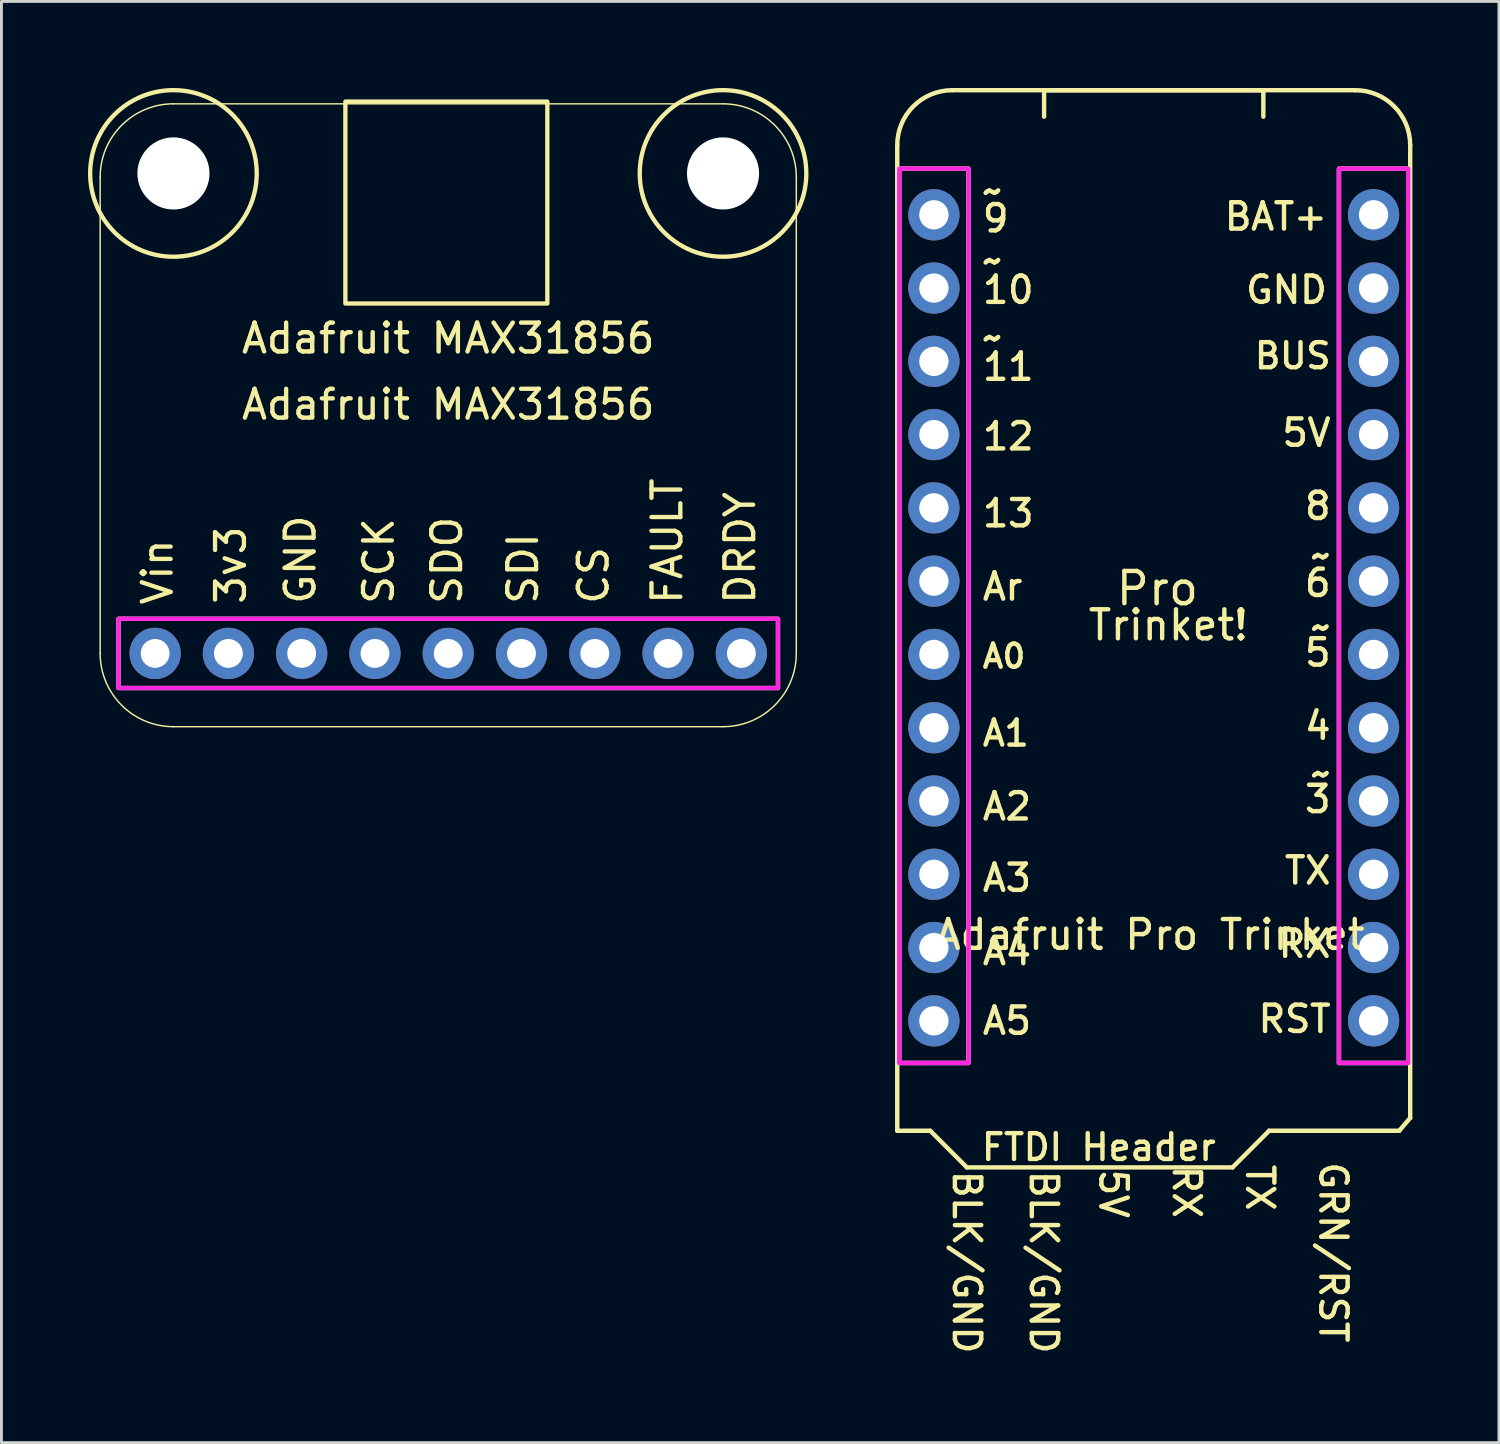
<source format=kicad_pcb>
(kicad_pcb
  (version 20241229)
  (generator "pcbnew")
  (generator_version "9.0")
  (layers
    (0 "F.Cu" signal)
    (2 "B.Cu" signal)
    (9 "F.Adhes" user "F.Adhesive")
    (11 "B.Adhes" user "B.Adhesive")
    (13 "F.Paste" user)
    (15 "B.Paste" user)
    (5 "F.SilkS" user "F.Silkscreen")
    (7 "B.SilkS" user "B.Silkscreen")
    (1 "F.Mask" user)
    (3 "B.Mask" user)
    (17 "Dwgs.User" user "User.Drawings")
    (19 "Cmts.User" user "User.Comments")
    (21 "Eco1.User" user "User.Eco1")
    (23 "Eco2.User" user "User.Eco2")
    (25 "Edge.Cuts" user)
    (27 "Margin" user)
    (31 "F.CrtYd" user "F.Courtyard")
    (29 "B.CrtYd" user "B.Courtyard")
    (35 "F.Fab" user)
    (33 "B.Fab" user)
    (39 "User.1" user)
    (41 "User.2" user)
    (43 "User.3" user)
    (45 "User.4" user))
  (footprint "Adafruit Pro Trinket"
    (layer "F.Cu")
    (at 36.941 39.51)
    (property "Reference" "Adafruit Pro Trinket" (at -0.127 -10.16 0) (unlocked yes) (layer "F.SilkS") (effects (font (size 1 1) (thickness 0.153))))
    (attr through_hole)
    (fp_line (start -8.89 -37.529) (end -8.89 -3.365) (stroke (width 0.153) (type solid)) (layer "F.SilkS"))
    (fp_line (start -8.89 -3.365) (end -7.747 -3.365) (stroke (width 0.153) (type solid)) (layer "F.SilkS"))
    (fp_line (start -7.747 -3.365) (end -6.477 -2.095) (stroke (width 0.153) (type solid)) (layer "F.SilkS"))
    (fp_line (start -6.477 -2.095) (end 2.731 -2.095) (stroke (width 0.153) (type solid)) (layer "F.SilkS"))
    (fp_line (start -3.8 -39.416) (end -3.8 -38.516) (stroke (width 0.153) (type solid)) (layer "F.SilkS"))
    (fp_line (start 2.731 -2.095) (end 4 -3.365) (stroke (width 0.153) (type solid)) (layer "F.SilkS"))
    (fp_line (start 3.8 -39.416) (end -3.8 -39.416) (stroke (width 0.127) (type solid)) (layer "F.SilkS"))
    (fp_line (start 3.8 -38.516) (end 3.8 -39.416) (stroke (width 0.153) (type solid)) (layer "F.SilkS"))
    (fp_line (start 4 -3.365) (end 8.509 -3.365) (stroke (width 0.153) (type solid)) (layer "F.SilkS"))
    (fp_line (start 6.985 -39.434) (end -6.985 -39.434) (stroke (width 0.153) (type solid)) (layer "F.SilkS"))
    (fp_line (start 8.509 -3.365) (end 8.89 -3.81) (stroke (width 0.153) (type solid)) (layer "F.SilkS"))
    (fp_line (start 8.89 -3.81) (end 8.89 -37.529) (stroke (width 0.153) (type solid)) (layer "F.SilkS"))
    (fp_rect (start -8.82 -36.715) (end -6.42 -5.715) (stroke (width 0.153) (type default)) (fill no) (layer "F.SilkS"))
    (fp_rect (start 6.42 -36.715) (end 8.82 -5.715) (stroke (width 0.153) (type default)) (fill no) (layer "F.SilkS"))
    (fp_arc (start -8.89 -37.5285) (mid -8.332039 -38.875539) (end -6.985 -39.4335) (stroke (width 0.153) (type solid)) (layer "F.SilkS"))
    (fp_arc (start 6.985 -39.4335) (mid 8.332039 -38.875539) (end 8.89 -37.5285) (stroke (width 0.153) (type solid)) (layer "F.SilkS"))
    (fp_rect (start -8.82 -36.715) (end -6.42 -5.715) (stroke (width 0.153) (type default)) (fill no) (layer "F.CrtYd"))
    (fp_rect (start 6.42 -36.715) (end 8.82 -5.715) (stroke (width 0.153) (type default)) (fill no) (layer "F.CrtYd"))
    (fp_text user "BLK/GND" (at -3.81 4.445 270) (unlocked yes) (layer "F.SilkS") (effects (font (size 0.914 0.914) (thickness 0.153) (bold yes)) (justify right)))
    (fp_text user "5V" (at 6.223 -27.559 0) (unlocked yes) (layer "F.SilkS") (effects (font (size 0.914 0.914) (thickness 0.153)) (justify right)))
    (fp_text user "12" (at -6.014 -27.432 0) (unlocked yes) (layer "F.SilkS") (effects (font (size 0.914 0.914) (thickness 0.153)) (justify left)))
    (fp_text user "6" (at 6.223 -22.352 0) (unlocked yes) (layer "F.SilkS") (effects (font (size 0.914 0.914) (thickness 0.153) (bold yes)) (justify right)))
    (fp_text user "~" (at 5.797 -15.748 0) (unlocked yes) (layer "F.SilkS") (effects (font (size 0.914 0.914) (thickness 0.153))))
    (fp_text user "~" (at -5.588 -30.861 0) (unlocked yes) (layer "F.SilkS") (effects (font (size 0.914 0.914) (thickness 0.153))))
    (fp_text user "GND" (at 6.096 -32.512 0) (unlocked yes) (layer "F.SilkS") (effects (font (size 0.914 0.914) (thickness 0.153)) (justify right)))
    (fp_text user "10" (at -6.014 -32.512 0) (unlocked yes) (layer "F.SilkS") (effects (font (size 0.914 0.914) (thickness 0.153)) (justify left)))
    (fp_text user "A5" (at -6.014 -7.176 0) (unlocked yes) (layer "F.SilkS") (effects (font (size 0.914 0.914) (thickness 0.153) (bold yes)) (justify left)))
    (fp_text user "RX" (at 6.223 -9.842 0) (unlocked yes) (layer "F.SilkS") (effects (font (size 0.914 0.914) (thickness 0.153) (bold yes)) (justify right)))
    (fp_text user "11" (at -6.014 -29.845 0) (unlocked yes) (layer "F.SilkS") (effects (font (size 0.914 0.914) (thickness 0.153)) (justify left)))
    (fp_text user "3" (at 6.223 -14.859 0) (unlocked yes) (layer "F.SilkS") (effects (font (size 0.914 0.914) (thickness 0.153) (bold yes)) (justify right)))
    (fp_text user "9" (at -6.014 -34.989 0) (unlocked yes) (layer "F.SilkS") (effects (font (size 0.914 0.914) (thickness 0.153)) (justify left)))
    (fp_text user "A3" (at -6.014 -12.129 0) (unlocked yes) (layer "F.SilkS") (effects (font (size 0.914 0.914) (thickness 0.153) (bold yes)) (justify left)))
    (fp_text user "Trinket!" (at 0.508 -20.892 0) (unlocked yes) (layer "F.SilkS") (effects (font (size 1.006 1.006) (thickness 0.153))))
    (fp_text user "8" (at 6.223 -25.019 0) (unlocked yes) (layer "F.SilkS") (effects (font (size 0.914 0.914) (thickness 0.153) (bold yes)) (justify right)))
    (fp_text user "BLK/GND" (at -6.477 4.445 270) (unlocked yes) (layer "F.SilkS") (effects (font (size 0.914 0.914) (thickness 0.153) (bold yes)) (justify right)))
    (fp_text user "GRN/RST" (at 6.223 4.064 270) (unlocked yes) (layer "F.SilkS") (effects (font (size 0.914 0.914) (thickness 0.153) (bold yes)) (justify right)))
    (fp_text user "~" (at -5.588 -33.528 0) (unlocked yes) (layer "F.SilkS") (effects (font (size 0.914 0.914) (thickness 0.153))))
    (fp_text user "FTDI Header" (at -1.905 -2.794 0) (unlocked yes) (layer "F.SilkS") (effects (font (size 0.894 0.894) (thickness 0.153) (bold yes))))
    (fp_text user "BAT+" (at 6.096 -35.052 0) (unlocked yes) (layer "F.SilkS") (effects (font (size 0.914 0.914) (thickness 0.153)) (justify right)))
    (fp_text user "~" (at -5.588 -35.941 0) (unlocked yes) (layer "F.SilkS") (effects (font (size 0.914 0.914) (thickness 0.153))))
    (fp_text user "A4" (at -6.014 -9.588 0) (unlocked yes) (layer "F.SilkS") (effects (font (size 0.914 0.914) (thickness 0.153) (bold yes)) (justify left)))
    (fp_text user "5V" (at -1.397 -0.254 270) (unlocked yes) (layer "F.SilkS") (effects (font (size 0.914 0.914) (thickness 0.153) (bold yes)) (justify right)))
    (fp_text user "TX" (at 3.683 -0.508 270) (unlocked yes) (layer "F.SilkS") (effects (font (size 0.914 0.914) (thickness 0.153) (bold yes)) (justify right)))
    (fp_text user "13" (at -6.014 -24.765 0) (unlocked yes) (layer "F.SilkS") (effects (font (size 0.914 0.914) (thickness 0.153)) (justify left)))
    (fp_text user "RST" (at 6.223 -7.239 0) (unlocked yes) (layer "F.SilkS") (effects (font (size 0.914 0.914) (thickness 0.153) (bold yes)) (justify right)))
    (fp_text user "4" (at 6.223 -17.399 0) (unlocked yes) (layer "F.SilkS") (effects (font (size 0.914 0.914) (thickness 0.153) (bold yes)) (justify right)))
    (fp_text user "TX" (at 6.223 -12.383 0) (unlocked yes) (layer "F.SilkS") (effects (font (size 0.914 0.914) (thickness 0.153) (bold yes)) (justify right)))
    (fp_text user "~" (at 5.797 -20.828 0) (unlocked yes) (layer "F.SilkS") (effects (font (size 0.914 0.914) (thickness 0.153))))
    (fp_text user "A0" (at -6.014 -19.812 0) (unlocked yes) (layer "F.SilkS") (effects (font (size 0.8 0.8) (thickness 0.153)) (justify left)))
    (fp_text user "A1" (at -6.014 -17.145 0) (unlocked yes) (layer "F.SilkS") (effects (font (size 0.869 0.869) (thickness 0.153)) (justify left)))
    (fp_text user "Ar" (at -6.014 -22.225 0) (unlocked yes) (layer "F.SilkS") (effects (font (size 0.914 0.914) (thickness 0.153)) (justify left)))
    (fp_text user "5" (at 6.223 -19.939 0) (unlocked yes) (layer "F.SilkS") (effects (font (size 0.914 0.914) (thickness 0.153) (bold yes)) (justify right)))
    (fp_text user "A2" (at -6.014 -14.605 0) (unlocked yes) (layer "F.SilkS") (effects (font (size 0.914 0.914) (thickness 0.153)) (justify left)))
    (fp_text user "RX" (at 1.143 -0.254 270) (unlocked yes) (layer "F.SilkS") (effects (font (size 0.914 0.914) (thickness 0.153) (bold yes)) (justify right)))
    (fp_text user "Pro" (at 0.127 -22.162 0) (unlocked yes) (layer "F.SilkS") (effects (font (size 1.118 1.118) (thickness 0.153))))
    (fp_text user "BUS" (at 6.223 -30.226 0) (unlocked yes) (layer "F.SilkS") (effects (font (size 0.869 0.869) (thickness 0.153)) (justify right)))
    (fp_text user "~" (at 5.797 -23.305 0) (unlocked yes) (layer "F.SilkS") (effects (font (size 0.914 0.914) (thickness 0.153))))
    (pad "1" thru_hole circle (at -7.62 -35.115) (size 1.778 1.778) (drill 1.016) (layers "*.Cu" "*.Mask"))
    (pad "2" thru_hole circle (at -7.62 -32.575) (size 1.778 1.778) (drill 1.016) (layers "*.Cu" "*.Mask"))
    (pad "3" thru_hole circle (at -7.62 -30.035) (size 1.778 1.778) (drill 1.016) (layers "*.Cu" "*.Mask"))
    (pad "4" thru_hole circle (at -7.62 -27.495) (size 1.778 1.778) (drill 1.016) (layers "*.Cu" "*.Mask"))
    (pad "5" thru_hole circle (at -7.62 -24.956) (size 1.778 1.778) (drill 1.016) (layers "*.Cu" "*.Mask"))
    (pad "6" thru_hole circle (at -7.62 -22.416) (size 1.778 1.778) (drill 1.016) (layers "*.Cu" "*.Mask"))
    (pad "7" thru_hole circle (at -7.62 -19.875) (size 1.778 1.778) (drill 1.016) (layers "*.Cu" "*.Mask"))
    (pad "8" thru_hole circle (at -7.62 -17.335) (size 1.778 1.778) (drill 1.016) (layers "*.Cu" "*.Mask"))
    (pad "9" thru_hole circle (at -7.62 -14.796) (size 1.778 1.778) (drill 1.016) (layers "*.Cu" "*.Mask"))
    (pad "10" thru_hole circle (at -7.62 -12.255) (size 1.778 1.778) (drill 1.016) (layers "*.Cu" "*.Mask"))
    (pad "11" thru_hole circle (at -7.62 -9.716) (size 1.778 1.778) (drill 1.016) (layers "*.Cu" "*.Mask"))
    (pad "12" thru_hole circle (at -7.62 -7.176) (size 1.778 1.778) (drill 1.016) (layers "*.Cu" "*.Mask"))
    (pad "13" thru_hole circle (at 7.62 -35.115) (size 1.778 1.778) (drill 1.016) (layers "*.Cu" "*.Mask"))
    (pad "14" thru_hole circle (at 7.62 -32.575) (size 1.778 1.778) (drill 1.016) (layers "*.Cu" "*.Mask"))
    (pad "15" thru_hole circle (at 7.62 -30.035) (size 1.778 1.778) (drill 1.016) (layers "*.Cu" "*.Mask"))
    (pad "16" thru_hole circle (at 7.62 -27.495) (size 1.778 1.778) (drill 1.016) (layers "*.Cu" "*.Mask"))
    (pad "17" thru_hole circle (at 7.62 -24.956) (size 1.778 1.778) (drill 1.016) (layers "*.Cu" "*.Mask"))
    (pad "18" thru_hole circle (at 7.62 -22.416) (size 1.778 1.778) (drill 1.016) (layers "*.Cu" "*.Mask"))
    (pad "19" thru_hole circle (at 7.62 -19.875) (size 1.778 1.778) (drill 1.016) (layers "*.Cu" "*.Mask"))
    (pad "20" thru_hole circle (at 7.62 -17.335) (size 1.778 1.778) (drill 1.016) (layers "*.Cu" "*.Mask"))
    (pad "21" thru_hole circle (at 7.62 -14.796) (size 1.778 1.778) (drill 1.016) (layers "*.Cu" "*.Mask"))
    (pad "22" thru_hole circle (at 7.62 -12.255) (size 1.778 1.778) (drill 1.016) (layers "*.Cu" "*.Mask"))
    (pad "23" thru_hole circle (at 7.62 -9.716) (size 1.778 1.778) (drill 1.016) (layers "*.Cu" "*.Mask"))
    (pad "24" thru_hole circle (at 7.62 -7.176) (size 1.778 1.778) (drill 1.016) (layers "*.Cu" "*.Mask")))
  (footprint "Adafruit MAX31856"
    (layer "F.Cu")
    (at 12.487 11.471)
    (property "Reference" "Adafruit MAX31856" (at 0 -0.5 0) (unlocked yes) (layer "F.SilkS") (effects (font (size 1 1) (thickness 0.15))))
    (attr through_hole)
    (fp_line (start -12.065 8.128) (end -12.065 -8.382) (stroke (width 0.05) (type solid)) (layer "F.SilkS"))
    (fp_line (start -9.525 -10.922) (end 9.525 -10.922) (stroke (width 0.05) (type solid)) (layer "F.SilkS"))
    (fp_line (start 9.525 10.668) (end -9.525 10.668) (stroke (width 0.05) (type solid)) (layer "F.SilkS"))
    (fp_line (start 12.065 -8.382) (end 12.065 8.128) (stroke (width 0.05) (type solid)) (layer "F.SilkS"))
    (fp_rect (start -11.43 9.328) (end 11.43 6.928) (stroke (width 0.15) (type default)) (fill no) (layer "F.SilkS"))
    (fp_rect (start -3.565 -11) (end 3.435 -4) (stroke (width 0.15) (type default)) (fill no) (layer "F.SilkS"))
    (fp_arc (start -12.065 -8.382) (mid -11.321051 -10.178051) (end -9.525 -10.922) (stroke (width 0.05) (type solid)) (layer "F.SilkS"))
    (fp_arc (start -9.525 10.668) (mid -11.321051 9.924051) (end -12.065 8.128) (stroke (width 0.05) (type solid)) (layer "F.SilkS"))
    (fp_arc (start 9.525 -10.922) (mid 11.321051 -10.178051) (end 12.065 -8.382) (stroke (width 0.05) (type solid)) (layer "F.SilkS"))
    (fp_arc (start 12.065 8.128) (mid 11.321051 9.924051) (end 9.525 10.668) (stroke (width 0.05) (type solid)) (layer "F.SilkS"))
    (fp_circle (center -9.525 -8.509) (end -6.638 -8.509) (stroke (width 0.15) (type default)) (fill no) (layer "F.SilkS"))
    (fp_circle (center 9.525 -8.509) (end 12.412 -8.509) (stroke (width 0.15) (type default)) (fill no) (layer "F.SilkS"))
    (fp_rect (start -11.43 9.328) (end 11.43 6.928) (stroke (width 0.15) (type default)) (fill no) (layer "F.CrtYd"))
    (fp_text user "SDI" (at 3.175 6.5 90) (unlocked yes) (layer "F.SilkS") (effects (font (size 1 1) (thickness 0.15)) (justify left bottom)))
    (fp_text user "CS" (at 5.62 6.5 90) (unlocked yes) (layer "F.SilkS") (effects (font (size 1 1) (thickness 0.15)) (justify left bottom)))
    (fp_text user "3v3" (at -6.953 6.5 90) (unlocked yes) (layer "F.SilkS") (effects (font (size 1 1) (thickness 0.15)) (justify left bottom)))
    (fp_text user "Vin" (at -9.493 4.087 90) (unlocked yes) (layer "F.SilkS") (effects (font (size 1 1) (thickness 0.15)) (justify right bottom)))
    (fp_text user "GND" (at -4.54 6.5 90) (unlocked yes) (layer "F.SilkS") (effects (font (size 1 1) (thickness 0.15)) (justify left bottom)))
    (fp_text user "SCK" (at -1.825 6.5 90) (unlocked yes) (layer "F.SilkS") (effects (font (size 1 1) (thickness 0.15)) (justify left bottom)))
    (fp_text user "FAULT" (at 8.175 6.5 90) (unlocked yes) (layer "F.SilkS") (effects (font (size 1 1) (thickness 0.15)) (justify left bottom)))
    (fp_text user "DRDY" (at 10.7 6.5 90) (unlocked yes) (layer "F.SilkS") (effects (font (size 1 1) (thickness 0.15)) (justify left bottom)))
    (fp_text user "SDO" (at 0.54 6.5 90) (unlocked yes) (layer "F.SilkS") (effects (font (size 1 1) (thickness 0.15)) (justify left bottom)))
    (fp_text user "Adafruit MAX31856" (at 0 -2.794 0) (unlocked yes) (layer "F.SilkS") (effects (font (size 1 1) (thickness 0.153))))
    (pad "" np_thru_hole circle (at -9.525 -8.509) (size 2.5 2.5) (drill 2.5) (layers "*.Cu" "*.Mask"))
    (pad "" np_thru_hole circle (at 9.525 -8.509) (size 2.5 2.5) (drill 2.5) (layers "*.Cu" "*.Mask"))
    (pad "1" thru_hole circle (at 10.16 8.128 270) (size 1.778 1.778) (drill 1) (layers "*.Cu" "*.Mask"))
    (pad "2" thru_hole circle (at 7.62 8.128 270) (size 1.778 1.778) (drill 1) (layers "*.Cu" "*.Mask"))
    (pad "3" thru_hole circle (at 5.08 8.128 270) (size 1.778 1.778) (drill 1) (layers "*.Cu" "*.Mask"))
    (pad "4" thru_hole circle (at 2.54 8.128 270) (size 1.778 1.778) (drill 1) (layers "*.Cu" "*.Mask"))
    (pad "5" thru_hole circle (at 0 8.128 270) (size 1.778 1.778) (drill 1) (layers "*.Cu" "*.Mask"))
    (pad "6" thru_hole circle (at -2.54 8.128 270) (size 1.778 1.778) (drill 1) (layers "*.Cu" "*.Mask"))
    (pad "7" thru_hole circle (at -5.08 8.128 270) (size 1.778 1.778) (drill 1) (layers "*.Cu" "*.Mask"))
    (pad "8" thru_hole circle (at -7.62 8.128 270) (size 1.778 1.778) (drill 1) (layers "*.Cu" "*.Mask"))
    (pad "9" thru_hole circle (at -10.16 8.128 270) (size 1.778 1.778) (drill 1) (layers "*.Cu" "*.Mask")))
  (gr_rect
    (start -3 -3)
    (end 48.907 46.955)
    (stroke (width 0.1) (type default))
    (fill no)
    (layer "Edge.Cuts")))
</source>
